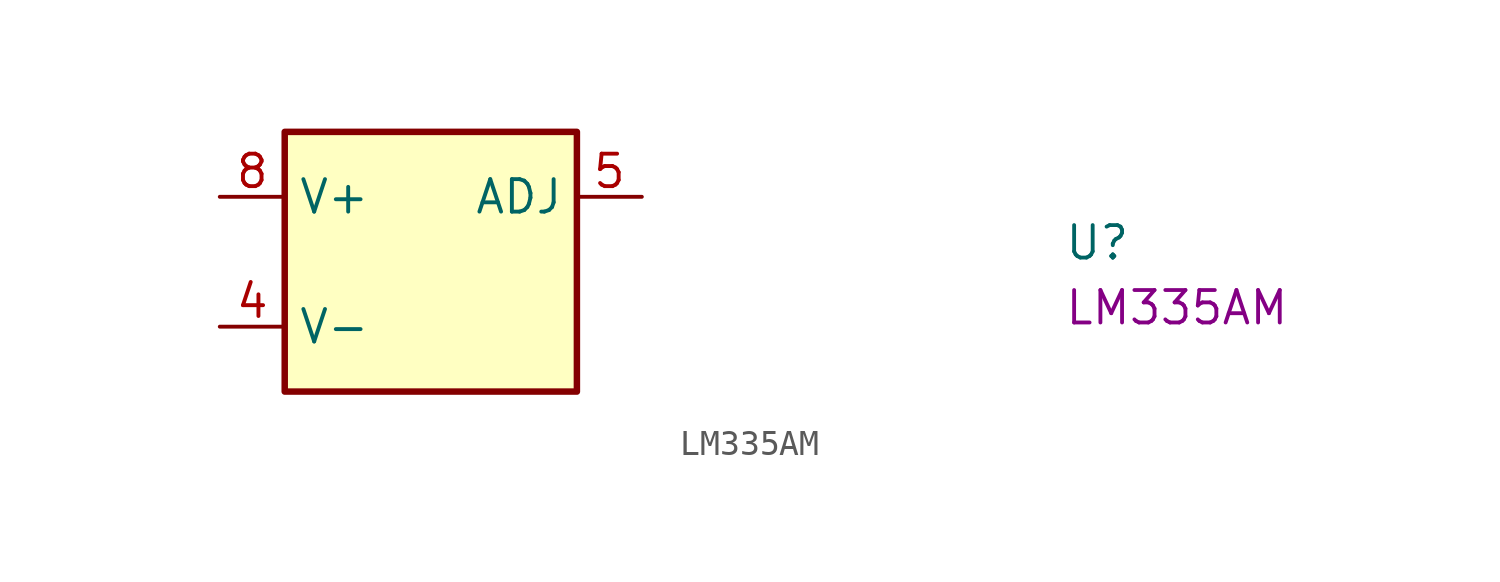
<source format=kicad_sym>
(kicad_symbol_lib
  (version 20220914)
  (generator kicad_symbol_editor)
  (symbol "LM335AM"
    (property "Reference" "U"
      (at 33.02 -2.54 0)
      (effects (font (size 1.27 1.27) (thickness 0.15)) (justify left bottom)))
    (property "MPN" "LM335AM"
      (at 33.02 -5.08 0)
      (effects (font (size 1.27 1.27) (thickness 0.15)) (justify left bottom)))
    (symbol "LM335AM_1_1"
      (rectangle (start 2.54 2.54) (end 13.97 -7.62) (stroke (width 0.254) (type default)) (fill (type background)))
      (pin no_connect line (at 2.54 -2.54 0) (length 2.54) hide (name "NC" (effects (font (size 1.27 1.27)))) (number "2" (effects (font (size 1.27 1.27)))))
      (pin no_connect line (at 13.97 -2.54 180) (length 2.54) hide (name "NC" (effects (font (size 1.27 1.27)))) (number "3" (effects (font (size 1.27 1.27)))))
      (pin power_in line (at 0 -5.08 0) (length 2.54) (name "V-" (effects (font (size 1.27 1.27)))) (number "4" (effects (font (size 1.27 1.27)))))
      (pin input line (at 16.51 0 180) (length 2.54) (name "ADJ" (effects (font (size 1.27 1.27)))) (number "5" (effects (font (size 1.27 1.27)))))
      (pin no_connect line (at 13.97 -3.81 180) (length 2.54) hide (name "NC" (effects (font (size 1.27 1.27)))) (number "6" (effects (font (size 1.27 1.27)))))
      (pin no_connect line (at 13.97 -5.08 180) (length 2.54) hide (name "NC" (effects (font (size 1.27 1.27)))) (number "7" (effects (font (size 1.27 1.27)))))
      (pin power_in line (at 0 0 0) (length 2.54) (name "V+" (effects (font (size 1.27 1.27)))) (number "8" (effects (font (size 1.27 1.27))))))))
</source>
